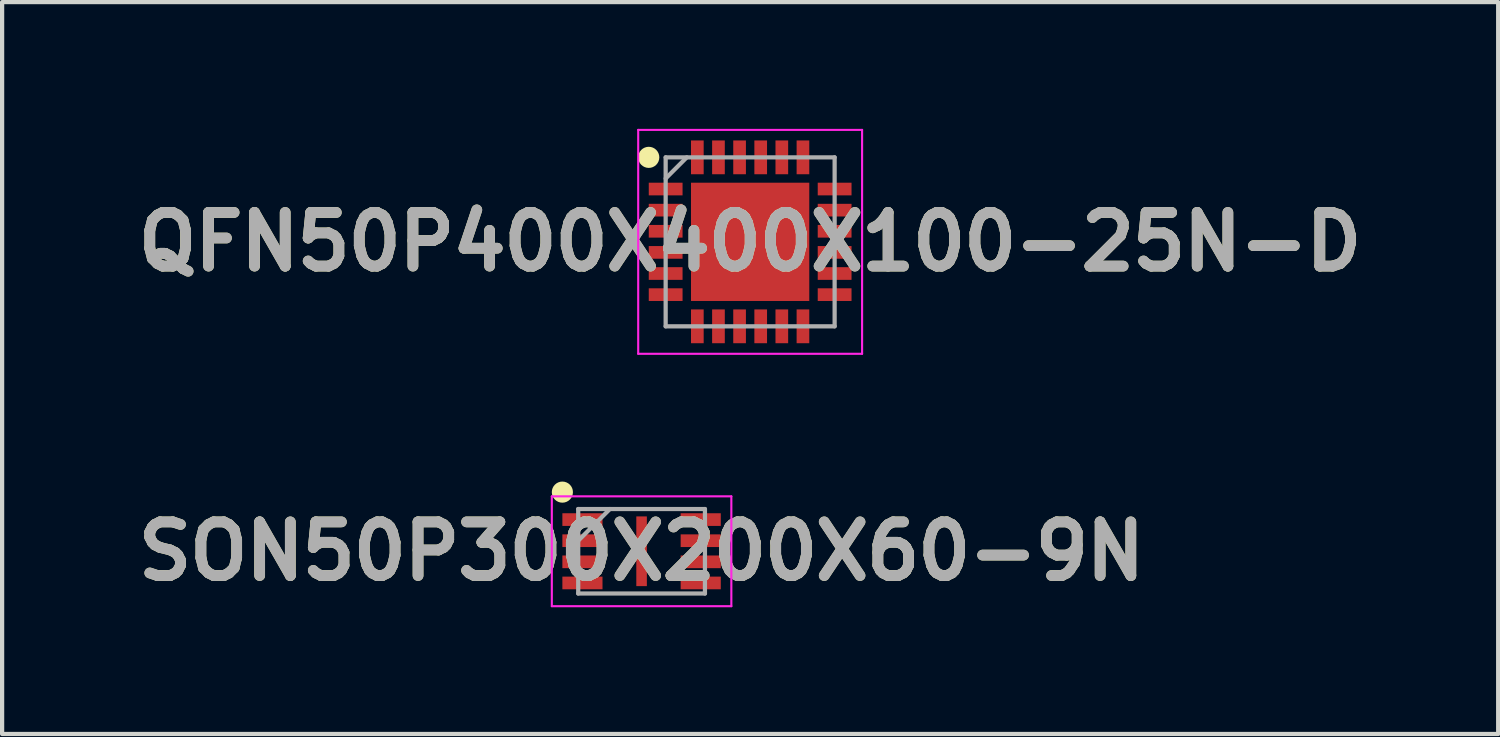
<source format=kicad_pcb>
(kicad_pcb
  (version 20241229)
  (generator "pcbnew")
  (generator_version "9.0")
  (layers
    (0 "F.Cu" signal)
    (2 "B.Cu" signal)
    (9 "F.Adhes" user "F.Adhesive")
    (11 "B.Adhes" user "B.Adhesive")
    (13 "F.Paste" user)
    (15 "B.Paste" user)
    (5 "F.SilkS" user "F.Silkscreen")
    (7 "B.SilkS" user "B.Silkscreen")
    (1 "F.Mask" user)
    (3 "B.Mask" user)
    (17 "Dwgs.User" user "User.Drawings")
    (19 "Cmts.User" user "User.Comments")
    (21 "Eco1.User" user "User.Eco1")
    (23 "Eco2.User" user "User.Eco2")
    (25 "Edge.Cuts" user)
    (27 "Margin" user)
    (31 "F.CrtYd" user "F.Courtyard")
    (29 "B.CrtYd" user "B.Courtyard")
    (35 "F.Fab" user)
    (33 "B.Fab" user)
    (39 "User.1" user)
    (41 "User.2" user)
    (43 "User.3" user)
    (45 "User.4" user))
  (footprint "QFN50P400X400X100-25N-D"
    (layer "F.Cu")
    (at 14.708 2.675)
    (property "Reference" "QFN50P400X400X100-25N-D" (at 0 0 0) (layer "F.SilkS") (effects (font (size 1.27 1.27) (thickness 0.254))))
    (attr smd)
    (fp_circle (center -2.4 -2) (end -2.4 -1.875) (stroke (width 0.25) (type solid)) (fill no) (layer "F.SilkS"))
    (fp_line (start -2.65 -2.65) (end 2.65 -2.65) (stroke (width 0.05) (type solid)) (layer "F.CrtYd"))
    (fp_line (start -2.65 2.65) (end -2.65 -2.65) (stroke (width 0.05) (type solid)) (layer "F.CrtYd"))
    (fp_line (start 2.65 -2.65) (end 2.65 2.65) (stroke (width 0.05) (type solid)) (layer "F.CrtYd"))
    (fp_line (start 2.65 2.65) (end -2.65 2.65) (stroke (width 0.05) (type solid)) (layer "F.CrtYd"))
    (fp_line (start -2 -2) (end 2 -2) (stroke (width 0.1) (type solid)) (layer "F.Fab"))
    (fp_line (start -2 -1.5) (end -1.5 -2) (stroke (width 0.1) (type solid)) (layer "F.Fab"))
    (fp_line (start -2 2) (end -2 -2) (stroke (width 0.1) (type solid)) (layer "F.Fab"))
    (fp_line (start 2 -2) (end 2 2) (stroke (width 0.1) (type solid)) (layer "F.Fab"))
    (fp_line (start 2 2) (end -2 2) (stroke (width 0.1) (type solid)) (layer "F.Fab"))
    (fp_text user "${REFERENCE}" (at 0 0 0) (layer "F.Fab") (effects (font (size 1.27 1.27) (thickness 0.254))))
    (pad "1" smd rect (at -2 -1.25 90) (size 0.3 0.8) (layers "F.Cu" "F.Mask" "F.Paste"))
    (pad "2" smd rect (at -2 -0.75 90) (size 0.3 0.8) (layers "F.Cu" "F.Mask" "F.Paste"))
    (pad "3" smd rect (at -2 -0.25 90) (size 0.3 0.8) (layers "F.Cu" "F.Mask" "F.Paste"))
    (pad "4" smd rect (at -2 0.25 90) (size 0.3 0.8) (layers "F.Cu" "F.Mask" "F.Paste"))
    (pad "5" smd rect (at -2 0.75 90) (size 0.3 0.8) (layers "F.Cu" "F.Mask" "F.Paste"))
    (pad "6" smd rect (at -2 1.25 90) (size 0.3 0.8) (layers "F.Cu" "F.Mask" "F.Paste"))
    (pad "7" smd rect (at -1.25 2) (size 0.3 0.8) (layers "F.Cu" "F.Mask" "F.Paste"))
    (pad "8" smd rect (at -0.75 2) (size 0.3 0.8) (layers "F.Cu" "F.Mask" "F.Paste"))
    (pad "9" smd rect (at -0.25 2) (size 0.3 0.8) (layers "F.Cu" "F.Mask" "F.Paste"))
    (pad "10" smd rect (at 0.25 2) (size 0.3 0.8) (layers "F.Cu" "F.Mask" "F.Paste"))
    (pad "11" smd rect (at 0.75 2) (size 0.3 0.8) (layers "F.Cu" "F.Mask" "F.Paste"))
    (pad "12" smd rect (at 1.25 2) (size 0.3 0.8) (layers "F.Cu" "F.Mask" "F.Paste"))
    (pad "13" smd rect (at 2 1.25 90) (size 0.3 0.8) (layers "F.Cu" "F.Mask" "F.Paste"))
    (pad "14" smd rect (at 2 0.75 90) (size 0.3 0.8) (layers "F.Cu" "F.Mask" "F.Paste"))
    (pad "15" smd rect (at 2 0.25 90) (size 0.3 0.8) (layers "F.Cu" "F.Mask" "F.Paste"))
    (pad "16" smd rect (at 2 -0.25 90) (size 0.3 0.8) (layers "F.Cu" "F.Mask" "F.Paste"))
    (pad "17" smd rect (at 2 -0.75 90) (size 0.3 0.8) (layers "F.Cu" "F.Mask" "F.Paste"))
    (pad "18" smd rect (at 2 -1.25 90) (size 0.3 0.8) (layers "F.Cu" "F.Mask" "F.Paste"))
    (pad "19" smd rect (at 1.25 -2) (size 0.3 0.8) (layers "F.Cu" "F.Mask" "F.Paste"))
    (pad "20" smd rect (at 0.75 -2) (size 0.3 0.8) (layers "F.Cu" "F.Mask" "F.Paste"))
    (pad "21" smd rect (at 0.25 -2) (size 0.3 0.8) (layers "F.Cu" "F.Mask" "F.Paste"))
    (pad "22" smd rect (at -0.25 -2) (size 0.3 0.8) (layers "F.Cu" "F.Mask" "F.Paste"))
    (pad "23" smd rect (at -0.75 -2) (size 0.3 0.8) (layers "F.Cu" "F.Mask" "F.Paste"))
    (pad "24" smd rect (at -1.25 -2) (size 0.3 0.8) (layers "F.Cu" "F.Mask" "F.Paste"))
    (pad "25" smd rect (at 0 0) (size 2.8 2.8) (layers "F.Cu" "F.Mask" "F.Paste")))
  (footprint "SON50P300X200X60-9N"
    (layer "F.Cu")
    (at 12.138 10)
    (property "Reference" "SON50P300X200X60-9N" (at 0 0 0) (layer "F.SilkS") (effects (font (size 1.27 1.27) (thickness 0.254))))
    (attr smd)
    (fp_circle (center -1.875 -1.4) (end -1.875 -1.275) (stroke (width 0.25) (type solid)) (fill no) (layer "F.SilkS"))
    (fp_line (start -2.125 -1.3) (end 2.125 -1.3) (stroke (width 0.05) (type solid)) (layer "F.CrtYd"))
    (fp_line (start -2.125 1.3) (end -2.125 -1.3) (stroke (width 0.05) (type solid)) (layer "F.CrtYd"))
    (fp_line (start 2.125 -1.3) (end 2.125 1.3) (stroke (width 0.05) (type solid)) (layer "F.CrtYd"))
    (fp_line (start 2.125 1.3) (end -2.125 1.3) (stroke (width 0.05) (type solid)) (layer "F.CrtYd"))
    (fp_line (start -1.5 -1) (end 1.5 -1) (stroke (width 0.1) (type solid)) (layer "F.Fab"))
    (fp_line (start -1.5 -0.25) (end -0.75 -1) (stroke (width 0.1) (type solid)) (layer "F.Fab"))
    (fp_line (start -1.5 1) (end -1.5 -1) (stroke (width 0.1) (type solid)) (layer "F.Fab"))
    (fp_line (start 1.5 -1) (end 1.5 1) (stroke (width 0.1) (type solid)) (layer "F.Fab"))
    (fp_line (start 1.5 1) (end -1.5 1) (stroke (width 0.1) (type solid)) (layer "F.Fab"))
    (fp_text user "${REFERENCE}" (at 0 0 0) (layer "F.Fab") (effects (font (size 1.27 1.27) (thickness 0.254))))
    (pad "1" smd rect (at -1.4 -0.75 90) (size 0.3 0.95) (layers "F.Cu" "F.Mask" "F.Paste"))
    (pad "2" smd rect (at -1.4 -0.25 90) (size 0.3 0.95) (layers "F.Cu" "F.Mask" "F.Paste"))
    (pad "3" smd rect (at -1.4 0.25 90) (size 0.3 0.95) (layers "F.Cu" "F.Mask" "F.Paste"))
    (pad "4" smd rect (at -1.4 0.75 90) (size 0.3 0.95) (layers "F.Cu" "F.Mask" "F.Paste"))
    (pad "5" smd rect (at 1.4 0.75 90) (size 0.3 0.95) (layers "F.Cu" "F.Mask" "F.Paste"))
    (pad "6" smd rect (at 1.4 0.25 90) (size 0.3 0.95) (layers "F.Cu" "F.Mask" "F.Paste"))
    (pad "7" smd rect (at 1.4 -0.25 90) (size 0.3 0.95) (layers "F.Cu" "F.Mask" "F.Paste"))
    (pad "8" smd rect (at 1.4 -0.75 90) (size 0.3 0.95) (layers "F.Cu" "F.Mask" "F.Paste"))
    (pad "9" smd rect (at 0 0) (size 0.25 1.65) (layers "F.Cu" "F.Mask" "F.Paste")))
  (gr_rect
    (start -3 -3)
    (end 32.416 14.325)
    (stroke (width 0.1) (type default))
    (fill no)
    (layer "Edge.Cuts")))
</source>
